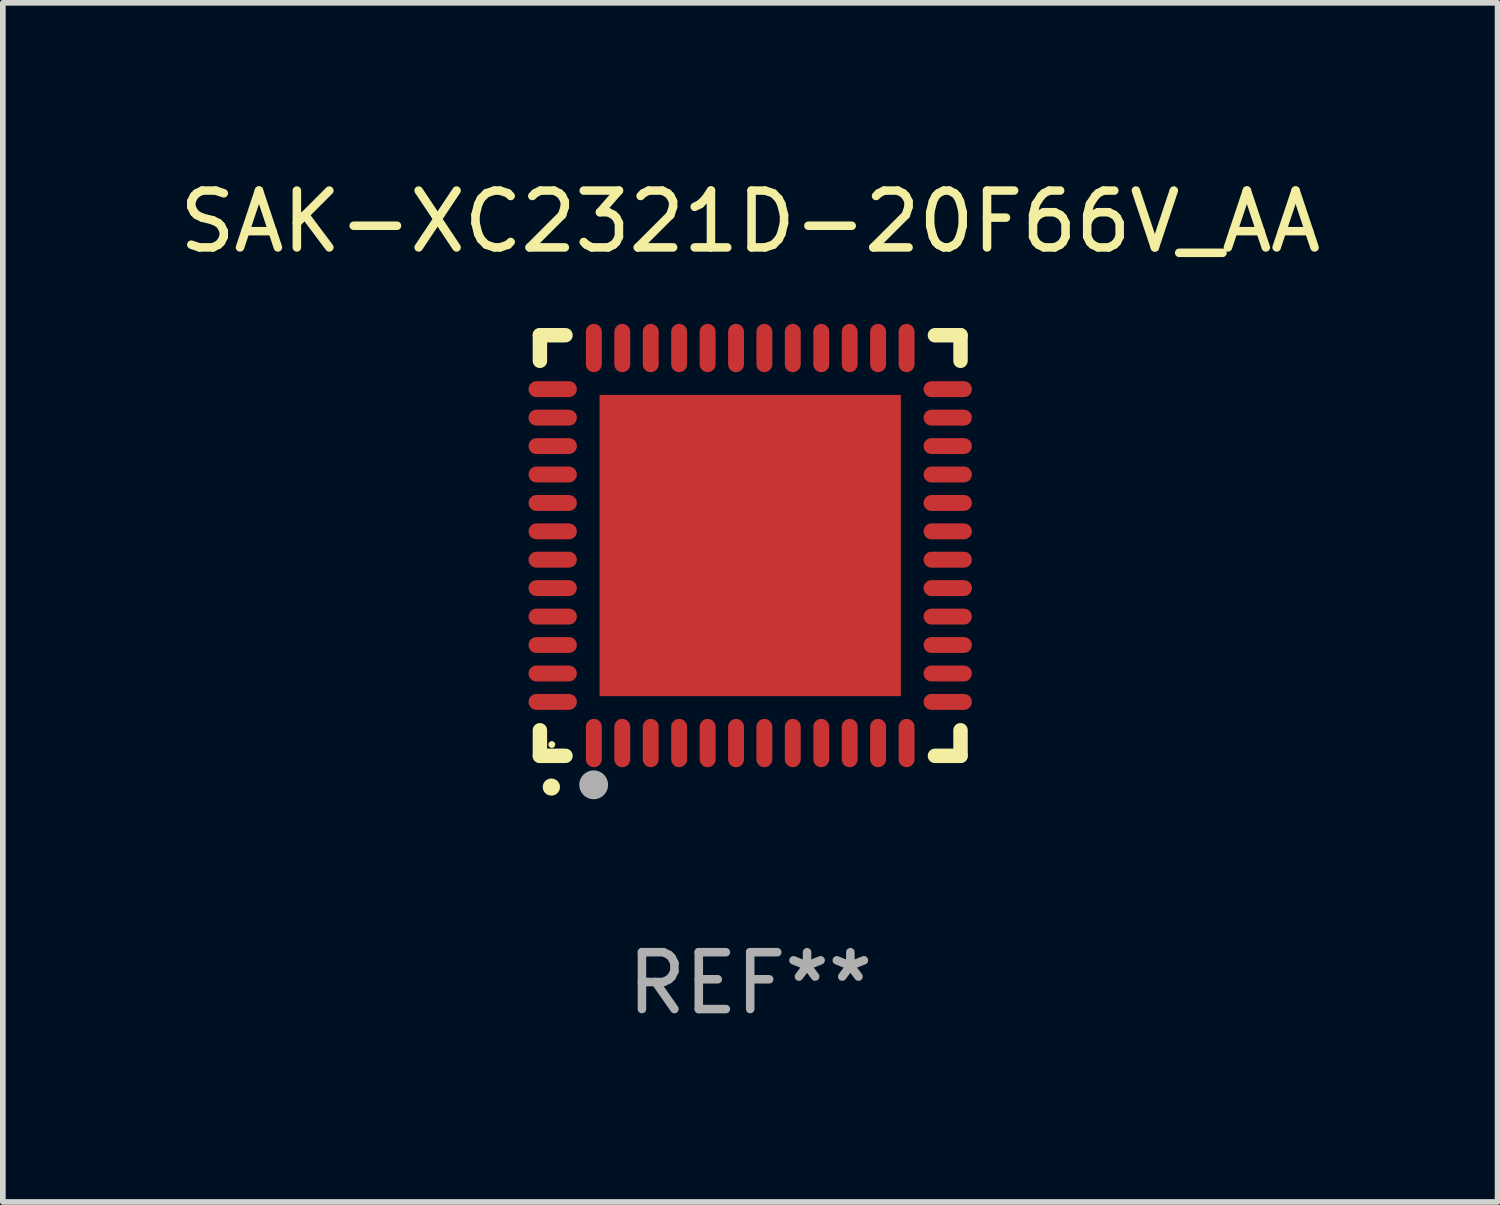
<source format=kicad_pcb>
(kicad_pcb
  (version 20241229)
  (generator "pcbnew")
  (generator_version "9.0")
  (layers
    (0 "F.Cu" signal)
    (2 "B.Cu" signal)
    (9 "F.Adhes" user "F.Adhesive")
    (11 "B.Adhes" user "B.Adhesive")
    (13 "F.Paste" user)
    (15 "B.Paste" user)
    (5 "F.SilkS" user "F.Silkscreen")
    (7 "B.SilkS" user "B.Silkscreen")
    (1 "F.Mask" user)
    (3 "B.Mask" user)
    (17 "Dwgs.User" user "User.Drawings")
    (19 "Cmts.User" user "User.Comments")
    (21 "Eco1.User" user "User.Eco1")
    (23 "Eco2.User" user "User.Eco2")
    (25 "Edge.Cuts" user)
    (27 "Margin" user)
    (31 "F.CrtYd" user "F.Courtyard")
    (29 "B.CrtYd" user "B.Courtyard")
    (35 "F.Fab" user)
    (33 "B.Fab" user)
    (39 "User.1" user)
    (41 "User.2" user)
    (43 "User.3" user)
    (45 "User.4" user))
  (footprint "SAK-XC2321D-20F66V_AA"
    (layer "F.Cu")
    (at 10.149 6.548)
    (property "Reference" "SAK-XC2321D-20F66V_AA" (at 0 -5.7 0) (layer "F.SilkS") (effects (font (size 1 1) (thickness 0.15))))
    (attr through_hole)
    (fp_line (start -3.7 -3.7) (end -3.25 -3.7) (stroke (width 0.254) (type solid)) (layer "F.SilkS"))
    (fp_line (start -3.7 -3.25) (end -3.7 -3.7) (stroke (width 0.254) (type solid)) (layer "F.SilkS"))
    (fp_line (start -3.7 3.7) (end -3.7 3.25) (stroke (width 0.254) (type solid)) (layer "F.SilkS"))
    (fp_line (start -3.25 3.7) (end -3.7 3.7) (stroke (width 0.254) (type solid)) (layer "F.SilkS"))
    (fp_line (start 3.25 3.7) (end 3.7 3.7) (stroke (width 0.254) (type solid)) (layer "F.SilkS"))
    (fp_line (start 3.7 -3.7) (end 3.25 -3.7) (stroke (width 0.254) (type solid)) (layer "F.SilkS"))
    (fp_line (start 3.7 -3.25) (end 3.7 -3.7) (stroke (width 0.254) (type solid)) (layer "F.SilkS"))
    (fp_line (start 3.7 3.7) (end 3.7 3.25) (stroke (width 0.254) (type solid)) (layer "F.SilkS"))
    (fp_arc (start -3.500127 4.249428) (mid -3.498857 4.249423) (end -3.497587 4.249428) (stroke (width 0.3) (type solid)) (layer "F.SilkS"))
    (fp_circle (center -3.491 3.501) (end -3.461 3.501) (stroke (width 0.06) (type solid)) (fill no) (layer "F.SilkS"))
    (fp_circle (center -2.754 4.21) (end -2.627 4.21) (stroke (width 0.254) (type solid)) (fill no) (layer "F.Fab"))
    (fp_text user "REF**" (at 0 7.7 0) (layer "F.Fab") (effects (font (size 1 1) (thickness 0.15))))
    (pad "1" smd oval (at -2.751 3.475) (size 0.28 0.85) (layers "F.Cu" "F.Mask" "F.Paste"))
    (pad "2" smd oval (at -2.251 3.475) (size 0.28 0.85) (layers "F.Cu" "F.Mask" "F.Paste"))
    (pad "3" smd oval (at -1.75 3.475) (size 0.28 0.85) (layers "F.Cu" "F.Mask" "F.Paste"))
    (pad "4" smd oval (at -1.25 3.475) (size 0.28 0.85) (layers "F.Cu" "F.Mask" "F.Paste"))
    (pad "5" smd oval (at -0.749 3.475) (size 0.28 0.85) (layers "F.Cu" "F.Mask" "F.Paste"))
    (pad "6" smd oval (at -0.249 3.475) (size 0.28 0.85) (layers "F.Cu" "F.Mask" "F.Paste"))
    (pad "7" smd oval (at 0.249 3.475) (size 0.28 0.85) (layers "F.Cu" "F.Mask" "F.Paste"))
    (pad "8" smd oval (at 0.749 3.475) (size 0.28 0.85) (layers "F.Cu" "F.Mask" "F.Paste"))
    (pad "9" smd oval (at 1.25 3.475) (size 0.28 0.85) (layers "F.Cu" "F.Mask" "F.Paste"))
    (pad "10" smd oval (at 1.75 3.475) (size 0.28 0.85) (layers "F.Cu" "F.Mask" "F.Paste"))
    (pad "11" smd oval (at 2.25 3.475) (size 0.28 0.85) (layers "F.Cu" "F.Mask" "F.Paste"))
    (pad "12" smd oval (at 2.751 3.475) (size 0.28 0.85) (layers "F.Cu" "F.Mask" "F.Paste"))
    (pad "13" smd oval (at 3.475 2.751) (size 0.85 0.28) (layers "F.Cu" "F.Mask" "F.Paste"))
    (pad "14" smd oval (at 3.475 2.251) (size 0.85 0.28) (layers "F.Cu" "F.Mask" "F.Paste"))
    (pad "15" smd oval (at 3.475 1.75) (size 0.85 0.28) (layers "F.Cu" "F.Mask" "F.Paste"))
    (pad "16" smd oval (at 3.475 1.25) (size 0.85 0.28) (layers "F.Cu" "F.Mask" "F.Paste"))
    (pad "17" smd oval (at 3.475 0.749) (size 0.85 0.28) (layers "F.Cu" "F.Mask" "F.Paste"))
    (pad "18" smd oval (at 3.475 0.249) (size 0.85 0.28) (layers "F.Cu" "F.Mask" "F.Paste"))
    (pad "19" smd oval (at 3.475 -0.249) (size 0.85 0.28) (layers "F.Cu" "F.Mask" "F.Paste"))
    (pad "20" smd oval (at 3.475 -0.749) (size 0.85 0.28) (layers "F.Cu" "F.Mask" "F.Paste"))
    (pad "21" smd oval (at 3.475 -1.25) (size 0.85 0.28) (layers "F.Cu" "F.Mask" "F.Paste"))
    (pad "22" smd oval (at 3.475 -1.75) (size 0.85 0.28) (layers "F.Cu" "F.Mask" "F.Paste"))
    (pad "23" smd oval (at 3.475 -2.25) (size 0.85 0.28) (layers "F.Cu" "F.Mask" "F.Paste"))
    (pad "24" smd oval (at 3.475 -2.751) (size 0.85 0.28) (layers "F.Cu" "F.Mask" "F.Paste"))
    (pad "25" smd oval (at 2.751 -3.475) (size 0.28 0.85) (layers "F.Cu" "F.Mask" "F.Paste"))
    (pad "26" smd oval (at 2.25 -3.475) (size 0.28 0.85) (layers "F.Cu" "F.Mask" "F.Paste"))
    (pad "27" smd oval (at 1.75 -3.475) (size 0.28 0.85) (layers "F.Cu" "F.Mask" "F.Paste"))
    (pad "28" smd oval (at 1.25 -3.475) (size 0.28 0.85) (layers "F.Cu" "F.Mask" "F.Paste"))
    (pad "29" smd oval (at 0.749 -3.475) (size 0.28 0.85) (layers "F.Cu" "F.Mask" "F.Paste"))
    (pad "30" smd oval (at 0.249 -3.475) (size 0.28 0.85) (layers "F.Cu" "F.Mask" "F.Paste"))
    (pad "31" smd oval (at -0.249 -3.475) (size 0.28 0.85) (layers "F.Cu" "F.Mask" "F.Paste"))
    (pad "32" smd oval (at -0.749 -3.475) (size 0.28 0.85) (layers "F.Cu" "F.Mask" "F.Paste"))
    (pad "33" smd oval (at -1.25 -3.475) (size 0.28 0.85) (layers "F.Cu" "F.Mask" "F.Paste"))
    (pad "34" smd oval (at -1.75 -3.475) (size 0.28 0.85) (layers "F.Cu" "F.Mask" "F.Paste"))
    (pad "35" smd oval (at -2.251 -3.475) (size 0.28 0.85) (layers "F.Cu" "F.Mask" "F.Paste"))
    (pad "36" smd oval (at -2.751 -3.475) (size 0.28 0.85) (layers "F.Cu" "F.Mask" "F.Paste"))
    (pad "37" smd oval (at -3.475 -2.751) (size 0.85 0.28) (layers "F.Cu" "F.Mask" "F.Paste"))
    (pad "38" smd oval (at -3.475 -2.25) (size 0.85 0.28) (layers "F.Cu" "F.Mask" "F.Paste"))
    (pad "39" smd oval (at -3.475 -1.75) (size 0.85 0.28) (layers "F.Cu" "F.Mask" "F.Paste"))
    (pad "40" smd oval (at -3.475 -1.25) (size 0.85 0.28) (layers "F.Cu" "F.Mask" "F.Paste"))
    (pad "41" smd oval (at -3.475 -0.749) (size 0.85 0.28) (layers "F.Cu" "F.Mask" "F.Paste"))
    (pad "42" smd oval (at -3.475 -0.249) (size 0.85 0.28) (layers "F.Cu" "F.Mask" "F.Paste"))
    (pad "43" smd oval (at -3.475 0.249) (size 0.85 0.28) (layers "F.Cu" "F.Mask" "F.Paste"))
    (pad "44" smd oval (at -3.475 0.749) (size 0.85 0.28) (layers "F.Cu" "F.Mask" "F.Paste"))
    (pad "45" smd oval (at -3.475 1.25) (size 0.85 0.28) (layers "F.Cu" "F.Mask" "F.Paste"))
    (pad "46" smd oval (at -3.475 1.75) (size 0.85 0.28) (layers "F.Cu" "F.Mask" "F.Paste"))
    (pad "47" smd oval (at -3.475 2.251) (size 0.85 0.28) (layers "F.Cu" "F.Mask" "F.Paste"))
    (pad "48" smd oval (at -3.475 2.751) (size 0.85 0.28) (layers "F.Cu" "F.Mask" "F.Paste"))
    (pad "49" smd rect (at -0.000102 0.000102) (size 5.3 5.3) (layers "F.Cu" "F.Mask" "F.Paste")))
  (gr_rect
    (start -3 -3)
    (end 23.298 18.097)
    (stroke (width 0.1) (type default))
    (fill no)
    (layer "Edge.Cuts")))
</source>
